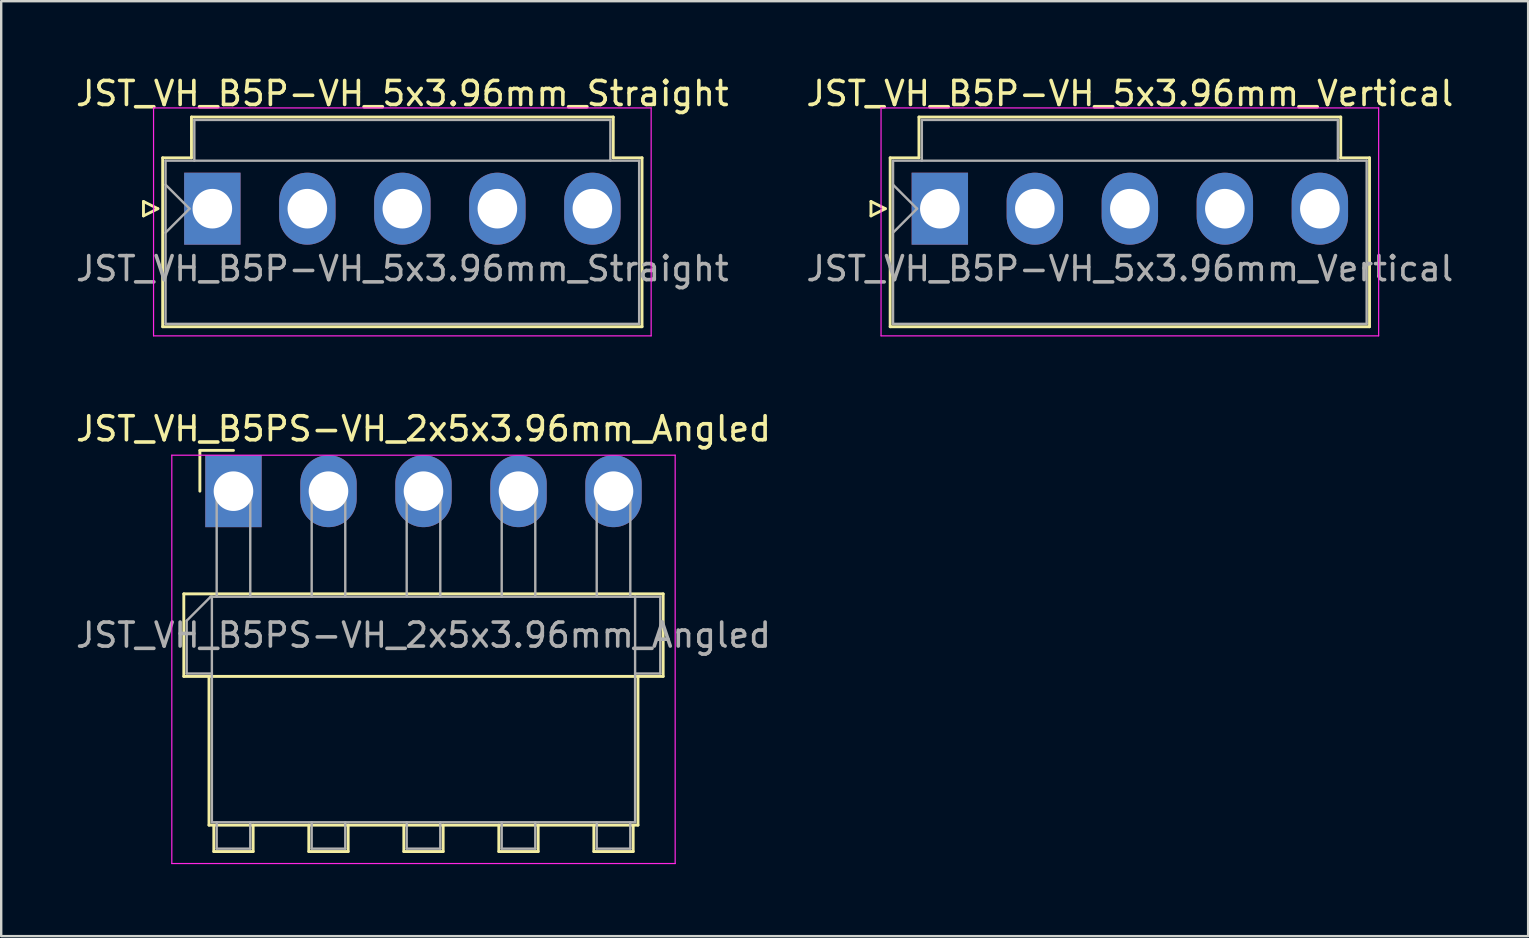
<source format=kicad_pcb>
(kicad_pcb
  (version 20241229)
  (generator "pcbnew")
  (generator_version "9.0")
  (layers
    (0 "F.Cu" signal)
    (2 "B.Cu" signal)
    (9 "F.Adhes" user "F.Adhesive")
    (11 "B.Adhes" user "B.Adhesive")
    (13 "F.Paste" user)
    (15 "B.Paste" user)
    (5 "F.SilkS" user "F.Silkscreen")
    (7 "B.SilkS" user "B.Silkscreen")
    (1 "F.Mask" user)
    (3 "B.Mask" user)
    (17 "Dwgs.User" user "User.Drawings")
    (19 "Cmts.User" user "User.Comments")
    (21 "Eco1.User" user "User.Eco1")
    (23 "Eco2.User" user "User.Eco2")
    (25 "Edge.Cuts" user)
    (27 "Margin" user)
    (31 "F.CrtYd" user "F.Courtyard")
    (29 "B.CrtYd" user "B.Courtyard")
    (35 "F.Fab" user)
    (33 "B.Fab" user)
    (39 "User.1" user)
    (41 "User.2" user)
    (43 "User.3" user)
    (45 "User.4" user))
  (footprint "JST_VH_B5PS-VH_2x5x3.96mm_Angled"
    (layer "F.Cu")
    (at 6.681 17.422)
    (property "Reference" "JST_VH_B5PS-VH_2x5x3.96mm_Angled" (at 7.92 -2.6 0) (layer "F.SilkS") (effects (font (size 1 1) (thickness 0.15))))
    (attr through_hole)
    (fp_line (start -2.07 4.28) (end -2.07 7.72) (stroke (width 0.12) (type solid)) (layer "F.SilkS"))
    (fp_line (start -2.07 7.72) (end 17.91 7.72) (stroke (width 0.12) (type solid)) (layer "F.SilkS"))
    (fp_line (start -1.4 -1.7) (end -1.4 0) (stroke (width 0.12) (type solid)) (layer "F.SilkS"))
    (fp_line (start -1.02 7.72) (end -1.02 13.92) (stroke (width 0.12) (type solid)) (layer "F.SilkS"))
    (fp_line (start -1.02 13.92) (end 16.86 13.92) (stroke (width 0.12) (type solid)) (layer "F.SilkS"))
    (fp_line (start -0.82 13.92) (end -0.82 15.02) (stroke (width 0.12) (type solid)) (layer "F.SilkS"))
    (fp_line (start -0.82 15.02) (end 0.82 15.02) (stroke (width 0.12) (type solid)) (layer "F.SilkS"))
    (fp_line (start 0 -1.7) (end -1.4 -1.7) (stroke (width 0.12) (type solid)) (layer "F.SilkS"))
    (fp_line (start 0.82 15.02) (end 0.82 13.92) (stroke (width 0.12) (type solid)) (layer "F.SilkS"))
    (fp_line (start 3.14 13.92) (end 3.14 15.02) (stroke (width 0.12) (type solid)) (layer "F.SilkS"))
    (fp_line (start 3.14 15.02) (end 4.78 15.02) (stroke (width 0.12) (type solid)) (layer "F.SilkS"))
    (fp_line (start 4.78 15.02) (end 4.78 13.92) (stroke (width 0.12) (type solid)) (layer "F.SilkS"))
    (fp_line (start 7.1 13.92) (end 7.1 15.02) (stroke (width 0.12) (type solid)) (layer "F.SilkS"))
    (fp_line (start 7.1 15.02) (end 8.74 15.02) (stroke (width 0.12) (type solid)) (layer "F.SilkS"))
    (fp_line (start 8.74 15.02) (end 8.74 13.92) (stroke (width 0.12) (type solid)) (layer "F.SilkS"))
    (fp_line (start 11.06 13.92) (end 11.06 15.02) (stroke (width 0.12) (type solid)) (layer "F.SilkS"))
    (fp_line (start 11.06 15.02) (end 12.7 15.02) (stroke (width 0.12) (type solid)) (layer "F.SilkS"))
    (fp_line (start 12.7 15.02) (end 12.7 13.92) (stroke (width 0.12) (type solid)) (layer "F.SilkS"))
    (fp_line (start 15.02 13.92) (end 15.02 15.02) (stroke (width 0.12) (type solid)) (layer "F.SilkS"))
    (fp_line (start 15.02 15.02) (end 16.66 15.02) (stroke (width 0.12) (type solid)) (layer "F.SilkS"))
    (fp_line (start 16.66 15.02) (end 16.66 13.92) (stroke (width 0.12) (type solid)) (layer "F.SilkS"))
    (fp_line (start 16.86 13.92) (end 16.86 7.72) (stroke (width 0.12) (type solid)) (layer "F.SilkS"))
    (fp_line (start 17.91 4.28) (end -2.07 4.28) (stroke (width 0.12) (type solid)) (layer "F.SilkS"))
    (fp_line (start 17.91 7.72) (end 17.91 4.28) (stroke (width 0.12) (type solid)) (layer "F.SilkS"))
    (fp_line (start -2.57 -1.5) (end -2.57 15.52) (stroke (width 0.05) (type solid)) (layer "F.CrtYd"))
    (fp_line (start -2.57 15.52) (end 18.41 15.52) (stroke (width 0.05) (type solid)) (layer "F.CrtYd"))
    (fp_line (start 18.41 -1.5) (end -2.57 -1.5) (stroke (width 0.05) (type solid)) (layer "F.CrtYd"))
    (fp_line (start 18.41 15.52) (end 18.41 -1.5) (stroke (width 0.05) (type solid)) (layer "F.CrtYd"))
    (fp_line (start -1.95 5.4) (end -0.95 4.4) (stroke (width 0.1) (type solid)) (layer "F.Fab"))
    (fp_line (start -1.95 7.6) (end -1.95 5.4) (stroke (width 0.1) (type solid)) (layer "F.Fab"))
    (fp_line (start -0.95 4.4) (end -0.9 4.4) (stroke (width 0.1) (type solid)) (layer "F.Fab"))
    (fp_line (start -0.9 4.4) (end -0.9 13.8) (stroke (width 0.1) (type solid)) (layer "F.Fab"))
    (fp_line (start -0.9 7.6) (end -1.95 7.6) (stroke (width 0.1) (type solid)) (layer "F.Fab"))
    (fp_line (start -0.9 13.8) (end 16.74 13.8) (stroke (width 0.1) (type solid)) (layer "F.Fab"))
    (fp_line (start -0.7 0) (end 0.7 0) (stroke (width 0.1) (type solid)) (layer "F.Fab"))
    (fp_line (start -0.7 4.4) (end -0.7 0) (stroke (width 0.1) (type solid)) (layer "F.Fab"))
    (fp_line (start -0.7 13.8) (end -0.7 14.9) (stroke (width 0.1) (type solid)) (layer "F.Fab"))
    (fp_line (start -0.7 14.9) (end 0.7 14.9) (stroke (width 0.1) (type solid)) (layer "F.Fab"))
    (fp_line (start 0.7 0) (end 0.7 4.4) (stroke (width 0.1) (type solid)) (layer "F.Fab"))
    (fp_line (start 0.7 14.9) (end 0.7 13.8) (stroke (width 0.1) (type solid)) (layer "F.Fab"))
    (fp_line (start 3.26 0) (end 4.66 0) (stroke (width 0.1) (type solid)) (layer "F.Fab"))
    (fp_line (start 3.26 4.4) (end 3.26 0) (stroke (width 0.1) (type solid)) (layer "F.Fab"))
    (fp_line (start 3.26 13.8) (end 3.26 14.9) (stroke (width 0.1) (type solid)) (layer "F.Fab"))
    (fp_line (start 3.26 14.9) (end 4.66 14.9) (stroke (width 0.1) (type solid)) (layer "F.Fab"))
    (fp_line (start 4.66 0) (end 4.66 4.4) (stroke (width 0.1) (type solid)) (layer "F.Fab"))
    (fp_line (start 4.66 14.9) (end 4.66 13.8) (stroke (width 0.1) (type solid)) (layer "F.Fab"))
    (fp_line (start 7.22 0) (end 8.62 0) (stroke (width 0.1) (type solid)) (layer "F.Fab"))
    (fp_line (start 7.22 4.4) (end 7.22 0) (stroke (width 0.1) (type solid)) (layer "F.Fab"))
    (fp_line (start 7.22 13.8) (end 7.22 14.9) (stroke (width 0.1) (type solid)) (layer "F.Fab"))
    (fp_line (start 7.22 14.9) (end 8.62 14.9) (stroke (width 0.1) (type solid)) (layer "F.Fab"))
    (fp_line (start 8.62 0) (end 8.62 4.4) (stroke (width 0.1) (type solid)) (layer "F.Fab"))
    (fp_line (start 8.62 14.9) (end 8.62 13.8) (stroke (width 0.1) (type solid)) (layer "F.Fab"))
    (fp_line (start 11.18 0) (end 12.58 0) (stroke (width 0.1) (type solid)) (layer "F.Fab"))
    (fp_line (start 11.18 4.4) (end 11.18 0) (stroke (width 0.1) (type solid)) (layer "F.Fab"))
    (fp_line (start 11.18 13.8) (end 11.18 14.9) (stroke (width 0.1) (type solid)) (layer "F.Fab"))
    (fp_line (start 11.18 14.9) (end 12.58 14.9) (stroke (width 0.1) (type solid)) (layer "F.Fab"))
    (fp_line (start 12.58 0) (end 12.58 4.4) (stroke (width 0.1) (type solid)) (layer "F.Fab"))
    (fp_line (start 12.58 14.9) (end 12.58 13.8) (stroke (width 0.1) (type solid)) (layer "F.Fab"))
    (fp_line (start 15.14 0) (end 16.54 0) (stroke (width 0.1) (type solid)) (layer "F.Fab"))
    (fp_line (start 15.14 4.4) (end 15.14 0) (stroke (width 0.1) (type solid)) (layer "F.Fab"))
    (fp_line (start 15.14 13.8) (end 15.14 14.9) (stroke (width 0.1) (type solid)) (layer "F.Fab"))
    (fp_line (start 15.14 14.9) (end 16.54 14.9) (stroke (width 0.1) (type solid)) (layer "F.Fab"))
    (fp_line (start 16.54 0) (end 16.54 4.4) (stroke (width 0.1) (type solid)) (layer "F.Fab"))
    (fp_line (start 16.54 14.9) (end 16.54 13.8) (stroke (width 0.1) (type solid)) (layer "F.Fab"))
    (fp_line (start 16.74 4.4) (end -0.9 4.4) (stroke (width 0.1) (type solid)) (layer "F.Fab"))
    (fp_line (start 16.74 4.4) (end 17.79 4.4) (stroke (width 0.1) (type solid)) (layer "F.Fab"))
    (fp_line (start 16.74 13.8) (end 16.74 4.4) (stroke (width 0.1) (type solid)) (layer "F.Fab"))
    (fp_line (start 17.79 4.4) (end 17.79 7.6) (stroke (width 0.1) (type solid)) (layer "F.Fab"))
    (fp_line (start 17.79 7.6) (end 16.74 7.6) (stroke (width 0.1) (type solid)) (layer "F.Fab"))
    (fp_text user "${REFERENCE}" (at 7.92 6 0) (layer "F.Fab") (effects (font (size 1 1) (thickness 0.15))))
    (pad "1" thru_hole rect (at 0 0) (size 2.35 3) (drill 1.65) (layers "*.Cu" "*.Mask"))
    (pad "2" thru_hole oval (at 3.96 0) (size 2.35 3) (drill 1.65) (layers "*.Cu" "*.Mask"))
    (pad "3" thru_hole oval (at 7.92 0) (size 2.35 3) (drill 1.65) (layers "*.Cu" "*.Mask"))
    (pad "4" thru_hole oval (at 11.88 0) (size 2.35 3) (drill 1.65) (layers "*.Cu" "*.Mask"))
    (pad "5" thru_hole oval (at 15.84 0) (size 2.35 3) (drill 1.65) (layers "*.Cu" "*.Mask")))
  (footprint "JST_VH_B5P-VH_5x3.96mm_Straight"
    (layer "F.Cu")
    (at 5.8 5.648)
    (property "Reference" "JST_VH_B5P-VH_5x3.96mm_Straight" (at 7.92 -4.8 0) (layer "F.SilkS") (effects (font (size 1 1) (thickness 0.15))))
    (attr through_hole)
    (fp_line (start -2.87 -0.3) (end -2.27 0) (stroke (width 0.12) (type solid)) (layer "F.SilkS"))
    (fp_line (start -2.87 0.3) (end -2.87 -0.3) (stroke (width 0.12) (type solid)) (layer "F.SilkS"))
    (fp_line (start -2.27 0) (end -2.87 0.3) (stroke (width 0.12) (type solid)) (layer "F.SilkS"))
    (fp_line (start -2.07 -2.12) (end -0.87 -2.12) (stroke (width 0.12) (type solid)) (layer "F.SilkS"))
    (fp_line (start -2.07 4.92) (end -2.07 -2.12) (stroke (width 0.12) (type solid)) (layer "F.SilkS"))
    (fp_line (start -0.87 -3.82) (end 16.71 -3.82) (stroke (width 0.12) (type solid)) (layer "F.SilkS"))
    (fp_line (start -0.87 -2.12) (end -0.87 -3.82) (stroke (width 0.12) (type solid)) (layer "F.SilkS"))
    (fp_line (start 16.71 -3.82) (end 16.71 -2.12) (stroke (width 0.12) (type solid)) (layer "F.SilkS"))
    (fp_line (start 16.71 -2.12) (end 17.91 -2.12) (stroke (width 0.12) (type solid)) (layer "F.SilkS"))
    (fp_line (start 17.91 -2.12) (end 17.91 4.92) (stroke (width 0.12) (type solid)) (layer "F.SilkS"))
    (fp_line (start 17.91 4.92) (end -2.07 4.92) (stroke (width 0.12) (type solid)) (layer "F.SilkS"))
    (fp_line (start -2.45 -4.2) (end -2.45 5.3) (stroke (width 0.05) (type solid)) (layer "F.CrtYd"))
    (fp_line (start -2.45 5.3) (end 18.29 5.3) (stroke (width 0.05) (type solid)) (layer "F.CrtYd"))
    (fp_line (start 18.29 -4.2) (end -2.45 -4.2) (stroke (width 0.05) (type solid)) (layer "F.CrtYd"))
    (fp_line (start 18.29 5.3) (end 18.29 -4.2) (stroke (width 0.05) (type solid)) (layer "F.CrtYd"))
    (fp_line (start -1.95 -2) (end -1.95 4.8) (stroke (width 0.1) (type solid)) (layer "F.Fab"))
    (fp_line (start -1.95 -1) (end -0.95 0) (stroke (width 0.1) (type solid)) (layer "F.Fab"))
    (fp_line (start -1.95 1) (end -0.95 0) (stroke (width 0.1) (type solid)) (layer "F.Fab"))
    (fp_line (start -1.95 4.8) (end 17.79 4.8) (stroke (width 0.1) (type solid)) (layer "F.Fab"))
    (fp_line (start -0.75 -3.7) (end 16.59 -3.7) (stroke (width 0.1) (type solid)) (layer "F.Fab"))
    (fp_line (start -0.75 -2) (end -0.75 -3.7) (stroke (width 0.1) (type solid)) (layer "F.Fab"))
    (fp_line (start 16.59 -3.7) (end 16.59 -2) (stroke (width 0.1) (type solid)) (layer "F.Fab"))
    (fp_line (start 17.79 -2) (end -1.95 -2) (stroke (width 0.1) (type solid)) (layer "F.Fab"))
    (fp_line (start 17.79 4.8) (end 17.79 -2) (stroke (width 0.1) (type solid)) (layer "F.Fab"))
    (fp_text user "${REFERENCE}" (at 7.92 2.5 0) (layer "F.Fab") (effects (font (size 1 1) (thickness 0.15))))
    (pad "1" thru_hole rect (at 0 0) (size 2.35 3) (drill 1.65) (layers "*.Cu" "*.Mask"))
    (pad "2" thru_hole oval (at 3.96 0) (size 2.35 3) (drill 1.65) (layers "*.Cu" "*.Mask"))
    (pad "3" thru_hole oval (at 7.92 0) (size 2.35 3) (drill 1.65) (layers "*.Cu" "*.Mask"))
    (pad "4" thru_hole oval (at 11.88 0) (size 2.35 3) (drill 1.65) (layers "*.Cu" "*.Mask"))
    (pad "5" thru_hole oval (at 15.84 0) (size 2.35 3) (drill 1.65) (layers "*.Cu" "*.Mask")))
  (footprint "JST_VH_B5P-VH_5x3.96mm_Vertical"
    (layer "F.Cu")
    (at 36.122 5.648)
    (property "Reference" "JST_VH_B5P-VH_5x3.96mm_Vertical" (at 7.92 -4.8 0) (layer "F.SilkS") (effects (font (size 1 1) (thickness 0.15))))
    (attr through_hole)
    (fp_line (start -2.87 -0.3) (end -2.27 0) (stroke (width 0.12) (type solid)) (layer "F.SilkS"))
    (fp_line (start -2.87 0.3) (end -2.87 -0.3) (stroke (width 0.12) (type solid)) (layer "F.SilkS"))
    (fp_line (start -2.27 0) (end -2.87 0.3) (stroke (width 0.12) (type solid)) (layer "F.SilkS"))
    (fp_line (start -2.07 -2.12) (end -0.87 -2.12) (stroke (width 0.12) (type solid)) (layer "F.SilkS"))
    (fp_line (start -2.07 4.92) (end -2.07 -2.12) (stroke (width 0.12) (type solid)) (layer "F.SilkS"))
    (fp_line (start -0.87 -3.82) (end 16.71 -3.82) (stroke (width 0.12) (type solid)) (layer "F.SilkS"))
    (fp_line (start -0.87 -2.12) (end -0.87 -3.82) (stroke (width 0.12) (type solid)) (layer "F.SilkS"))
    (fp_line (start 16.71 -3.82) (end 16.71 -2.12) (stroke (width 0.12) (type solid)) (layer "F.SilkS"))
    (fp_line (start 16.71 -2.12) (end 17.91 -2.12) (stroke (width 0.12) (type solid)) (layer "F.SilkS"))
    (fp_line (start 17.91 -2.12) (end 17.91 4.92) (stroke (width 0.12) (type solid)) (layer "F.SilkS"))
    (fp_line (start 17.91 4.92) (end -2.07 4.92) (stroke (width 0.12) (type solid)) (layer "F.SilkS"))
    (fp_line (start -2.45 -4.2) (end -2.45 5.3) (stroke (width 0.05) (type solid)) (layer "F.CrtYd"))
    (fp_line (start -2.45 5.3) (end 18.29 5.3) (stroke (width 0.05) (type solid)) (layer "F.CrtYd"))
    (fp_line (start 18.29 -4.2) (end -2.45 -4.2) (stroke (width 0.05) (type solid)) (layer "F.CrtYd"))
    (fp_line (start 18.29 5.3) (end 18.29 -4.2) (stroke (width 0.05) (type solid)) (layer "F.CrtYd"))
    (fp_line (start -1.95 -2) (end -1.95 4.8) (stroke (width 0.1) (type solid)) (layer "F.Fab"))
    (fp_line (start -1.95 -1) (end -0.95 0) (stroke (width 0.1) (type solid)) (layer "F.Fab"))
    (fp_line (start -1.95 1) (end -0.95 0) (stroke (width 0.1) (type solid)) (layer "F.Fab"))
    (fp_line (start -1.95 4.8) (end 17.79 4.8) (stroke (width 0.1) (type solid)) (layer "F.Fab"))
    (fp_line (start -0.75 -3.7) (end 16.59 -3.7) (stroke (width 0.1) (type solid)) (layer "F.Fab"))
    (fp_line (start -0.75 -2) (end -0.75 -3.7) (stroke (width 0.1) (type solid)) (layer "F.Fab"))
    (fp_line (start 16.59 -3.7) (end 16.59 -2) (stroke (width 0.1) (type solid)) (layer "F.Fab"))
    (fp_line (start 17.79 -2) (end -1.95 -2) (stroke (width 0.1) (type solid)) (layer "F.Fab"))
    (fp_line (start 17.79 4.8) (end 17.79 -2) (stroke (width 0.1) (type solid)) (layer "F.Fab"))
    (fp_text user "${REFERENCE}" (at 7.92 2.5 0) (layer "F.Fab") (effects (font (size 1 1) (thickness 0.15))))
    (pad "1" thru_hole rect (at 0 0) (size 2.35 3) (drill 1.65) (layers "*.Cu" "*.Mask"))
    (pad "2" thru_hole oval (at 3.96 0) (size 2.35 3) (drill 1.65) (layers "*.Cu" "*.Mask"))
    (pad "3" thru_hole oval (at 7.92 0) (size 2.35 3) (drill 1.65) (layers "*.Cu" "*.Mask"))
    (pad "4" thru_hole oval (at 11.88 0) (size 2.35 3) (drill 1.65) (layers "*.Cu" "*.Mask"))
    (pad "5" thru_hole oval (at 15.84 0) (size 2.35 3) (drill 1.65) (layers "*.Cu" "*.Mask")))
  (gr_rect
    (start -3 -3)
    (end 60.643 35.967)
    (stroke (width 0.1) (type default))
    (fill no)
    (layer "Edge.Cuts")))
</source>
